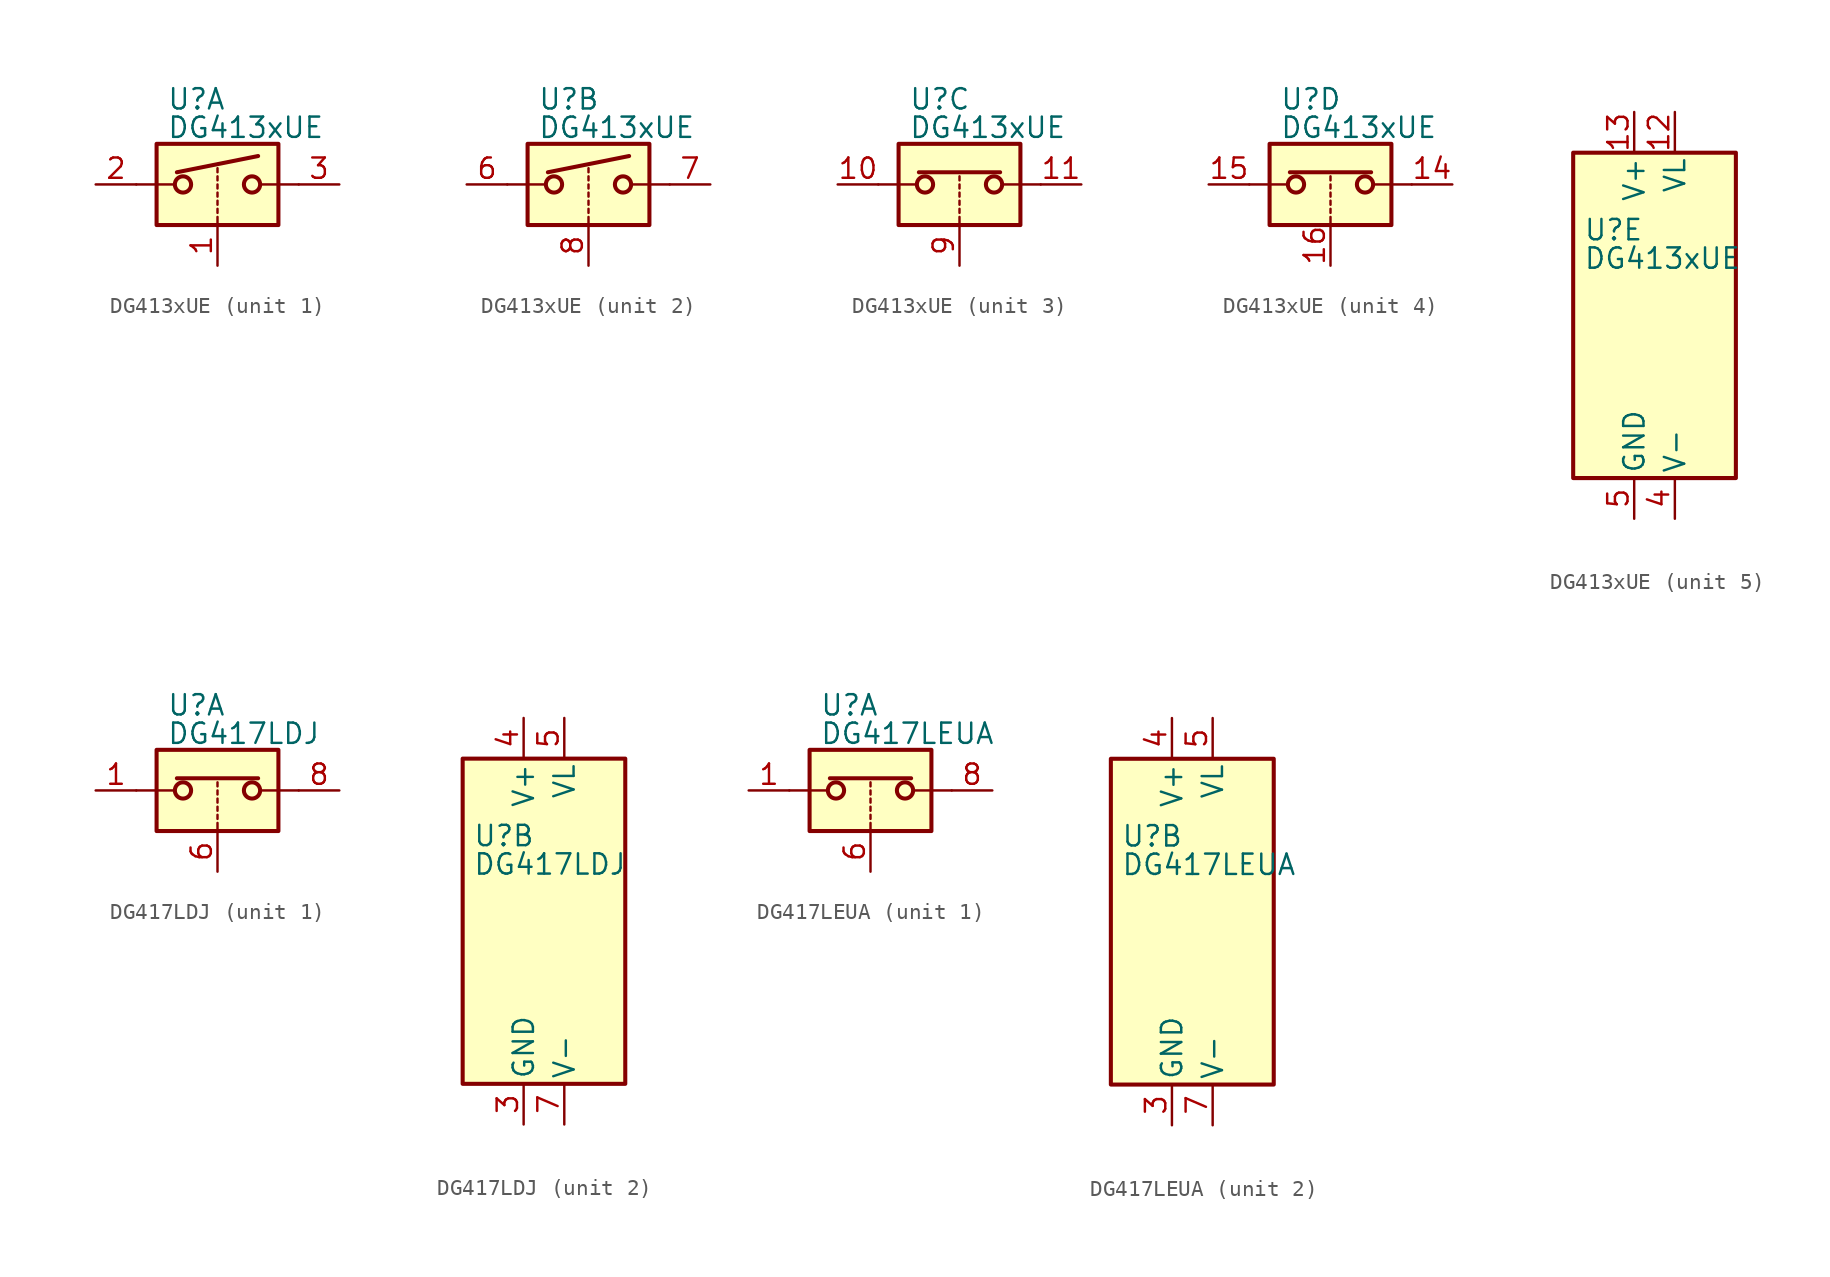
<source format=kicad_sym>
(kicad_symbol_lib
  (version 20211014)
  (generator kicad_symbol_editor)
  (symbol "DG413xUE"
    (pin_names
      (offset 0.254))
    (property "Reference" "U"
      (at -3.175 5.334 0)
      (effects (font (size 1.27 1.27)) (justify left)))
    (property "Value" "DG413xUE"
      (at -3.175 3.556 0)
      (effects (font (size 1.27 1.27)) (justify left)))
    (symbol "DG413xUE_1_1"
      (rectangle (start -3.81 2.54) (end 3.81 -2.54) (stroke (width 0.254) (type default) (color 0 0 0 0)) (fill (type background)))
      (circle (center -2.159 0) (radius 0.508) (stroke (width 0.254) (type default) (color 0 0 0 0)) (fill (type none)))
      (polyline (pts (xy -5.08 0) (xy -2.794 0)) (stroke (width 0) (type default) (color 0 0 0 0)) (fill (type none)))
      (polyline (pts (xy -2.54 0.762) (xy 2.54 1.778)) (stroke (width 0.254) (type default) (color 0 0 0 0)) (fill (type none)))
      (polyline (pts (xy 0 -2.54) (xy 0 -2.032)) (stroke (width 0) (type default) (color 0 0 0 0)) (fill (type none)))
      (polyline (pts (xy 0 -1.778) (xy 0 -1.524)) (stroke (width 0) (type default) (color 0 0 0 0)) (fill (type none)))
      (polyline (pts (xy 0 -1.27) (xy 0 -1.016)) (stroke (width 0) (type default) (color 0 0 0 0)) (fill (type none)))
      (polyline (pts (xy 0 -0.762) (xy 0 -0.508)) (stroke (width 0) (type default) (color 0 0 0 0)) (fill (type none)))
      (polyline (pts (xy 0 -0.254) (xy 0 0)) (stroke (width 0) (type default) (color 0 0 0 0)) (fill (type none)))
      (polyline (pts (xy 0 0.254) (xy 0 0.508)) (stroke (width 0) (type default) (color 0 0 0 0)) (fill (type none)))
      (polyline (pts (xy 0 0.762) (xy 0 1.016)) (stroke (width 0) (type default) (color 0 0 0 0)) (fill (type none)))
      (polyline (pts (xy 5.08 0) (xy 2.794 0)) (stroke (width 0) (type default) (color 0 0 0 0)) (fill (type none)))
      (circle (center 2.159 0) (radius 0.508) (stroke (width 0.254) (type default) (color 0 0 0 0)) (fill (type none)))
      (pin input line (at 0 -5.08 90) (length 2.54) (name "~" (effects (font (size 1.27 1.27)))) (number "1" (effects (font (size 1.27 1.27)))))
      (pin passive line (at -7.62 0 0) (length 2.54) (name "~" (effects (font (size 1.27 1.27)))) (number "2" (effects (font (size 1.27 1.27)))))
      (pin passive line (at 7.62 0 180) (length 2.54) (name "~" (effects (font (size 1.27 1.27)))) (number "3" (effects (font (size 1.27 1.27))))))
    (symbol "DG413xUE_2_1"
      (rectangle (start -3.81 2.54) (end 3.81 -2.54) (stroke (width 0.254) (type default) (color 0 0 0 0)) (fill (type background)))
      (circle (center -2.159 0) (radius 0.508) (stroke (width 0.254) (type default) (color 0 0 0 0)) (fill (type none)))
      (polyline (pts (xy -5.08 0) (xy -2.794 0)) (stroke (width 0) (type default) (color 0 0 0 0)) (fill (type none)))
      (polyline (pts (xy -2.54 0.762) (xy 2.54 1.778)) (stroke (width 0.254) (type default) (color 0 0 0 0)) (fill (type none)))
      (polyline (pts (xy 0 -2.54) (xy 0 -2.032)) (stroke (width 0) (type default) (color 0 0 0 0)) (fill (type none)))
      (polyline (pts (xy 0 -1.778) (xy 0 -1.524)) (stroke (width 0) (type default) (color 0 0 0 0)) (fill (type none)))
      (polyline (pts (xy 0 -1.27) (xy 0 -1.016)) (stroke (width 0) (type default) (color 0 0 0 0)) (fill (type none)))
      (polyline (pts (xy 0 -0.762) (xy 0 -0.508)) (stroke (width 0) (type default) (color 0 0 0 0)) (fill (type none)))
      (polyline (pts (xy 0 -0.254) (xy 0 0)) (stroke (width 0) (type default) (color 0 0 0 0)) (fill (type none)))
      (polyline (pts (xy 0 0.254) (xy 0 0.508)) (stroke (width 0) (type default) (color 0 0 0 0)) (fill (type none)))
      (polyline (pts (xy 0 0.762) (xy 0 1.016)) (stroke (width 0) (type default) (color 0 0 0 0)) (fill (type none)))
      (polyline (pts (xy 5.08 0) (xy 2.794 0)) (stroke (width 0) (type default) (color 0 0 0 0)) (fill (type none)))
      (circle (center 2.159 0) (radius 0.508) (stroke (width 0.254) (type default) (color 0 0 0 0)) (fill (type none)))
      (pin passive line (at -7.62 0 0) (length 2.54) (name "~" (effects (font (size 1.27 1.27)))) (number "6" (effects (font (size 1.27 1.27)))))
      (pin passive line (at 7.62 0 180) (length 2.54) (name "~" (effects (font (size 1.27 1.27)))) (number "7" (effects (font (size 1.27 1.27)))))
      (pin input line (at 0 -5.08 90) (length 2.54) (name "~" (effects (font (size 1.27 1.27)))) (number "8" (effects (font (size 1.27 1.27))))))
    (symbol "DG413xUE_3_1"
      (rectangle (start -3.81 2.54) (end 3.81 -2.54) (stroke (width 0.254) (type default) (color 0 0 0 0)) (fill (type background)))
      (circle (center -2.159 0) (radius 0.508) (stroke (width 0.254) (type default) (color 0 0 0 0)) (fill (type none)))
      (polyline (pts (xy -5.08 0) (xy -2.794 0)) (stroke (width 0) (type default) (color 0 0 0 0)) (fill (type none)))
      (polyline (pts (xy -2.54 0.762) (xy 2.54 0.762)) (stroke (width 0.254) (type default) (color 0 0 0 0)) (fill (type none)))
      (polyline (pts (xy 0 -2.54) (xy 0 -2.032)) (stroke (width 0) (type default) (color 0 0 0 0)) (fill (type none)))
      (polyline (pts (xy 0 -1.778) (xy 0 -1.524)) (stroke (width 0) (type default) (color 0 0 0 0)) (fill (type none)))
      (polyline (pts (xy 0 -1.27) (xy 0 -1.016)) (stroke (width 0) (type default) (color 0 0 0 0)) (fill (type none)))
      (polyline (pts (xy 0 -0.762) (xy 0 -0.508)) (stroke (width 0) (type default) (color 0 0 0 0)) (fill (type none)))
      (polyline (pts (xy 0 -0.254) (xy 0 0)) (stroke (width 0) (type default) (color 0 0 0 0)) (fill (type none)))
      (polyline (pts (xy 0 0.254) (xy 0 0.508)) (stroke (width 0) (type default) (color 0 0 0 0)) (fill (type none)))
      (polyline (pts (xy 5.08 0) (xy 2.794 0)) (stroke (width 0) (type default) (color 0 0 0 0)) (fill (type none)))
      (circle (center 2.159 0) (radius 0.508) (stroke (width 0.254) (type default) (color 0 0 0 0)) (fill (type none)))
      (pin passive line (at -7.62 0 0) (length 2.54) (name "~" (effects (font (size 1.27 1.27)))) (number "10" (effects (font (size 1.27 1.27)))))
      (pin passive line (at 7.62 0 180) (length 2.54) (name "~" (effects (font (size 1.27 1.27)))) (number "11" (effects (font (size 1.27 1.27)))))
      (pin input line (at 0 -5.08 90) (length 2.54) (name "~" (effects (font (size 1.27 1.27)))) (number "9" (effects (font (size 1.27 1.27))))))
    (symbol "DG413xUE_4_1"
      (rectangle (start -3.81 2.54) (end 3.81 -2.54) (stroke (width 0.254) (type default) (color 0 0 0 0)) (fill (type background)))
      (circle (center -2.159 0) (radius 0.508) (stroke (width 0.254) (type default) (color 0 0 0 0)) (fill (type none)))
      (polyline (pts (xy -5.08 0) (xy -2.794 0)) (stroke (width 0) (type default) (color 0 0 0 0)) (fill (type none)))
      (polyline (pts (xy -2.54 0.762) (xy 2.54 0.762)) (stroke (width 0.254) (type default) (color 0 0 0 0)) (fill (type none)))
      (polyline (pts (xy 0 -2.54) (xy 0 -2.032)) (stroke (width 0) (type default) (color 0 0 0 0)) (fill (type none)))
      (polyline (pts (xy 0 -1.778) (xy 0 -1.524)) (stroke (width 0) (type default) (color 0 0 0 0)) (fill (type none)))
      (polyline (pts (xy 0 -1.27) (xy 0 -1.016)) (stroke (width 0) (type default) (color 0 0 0 0)) (fill (type none)))
      (polyline (pts (xy 0 -0.762) (xy 0 -0.508)) (stroke (width 0) (type default) (color 0 0 0 0)) (fill (type none)))
      (polyline (pts (xy 0 -0.254) (xy 0 0)) (stroke (width 0) (type default) (color 0 0 0 0)) (fill (type none)))
      (polyline (pts (xy 0 0.254) (xy 0 0.508)) (stroke (width 0) (type default) (color 0 0 0 0)) (fill (type none)))
      (polyline (pts (xy 5.08 0) (xy 2.794 0)) (stroke (width 0) (type default) (color 0 0 0 0)) (fill (type none)))
      (circle (center 2.159 0) (radius 0.508) (stroke (width 0.254) (type default) (color 0 0 0 0)) (fill (type none)))
      (pin passive line (at 7.62 0 180) (length 2.54) (name "~" (effects (font (size 1.27 1.27)))) (number "14" (effects (font (size 1.27 1.27)))))
      (pin passive line (at -7.62 0 0) (length 2.54) (name "~" (effects (font (size 1.27 1.27)))) (number "15" (effects (font (size 1.27 1.27)))))
      (pin input line (at 0 -5.08 90) (length 2.54) (name "~" (effects (font (size 1.27 1.27)))) (number "16" (effects (font (size 1.27 1.27))))))
    (symbol "DG413xUE_5_0"
      (pin power_in line (at 2.54 12.7 270) (length 2.54) (name "VL" (effects (font (size 1.27 1.27)))) (number "12" (effects (font (size 1.27 1.27)))))
      (pin power_in line (at 0 12.7 270) (length 2.54) (name "V+" (effects (font (size 1.27 1.27)))) (number "13" (effects (font (size 1.27 1.27)))))
      (pin power_in line (at 2.54 -12.7 90) (length 2.54) (name "V-" (effects (font (size 1.27 1.27)))) (number "4" (effects (font (size 1.27 1.27)))))
      (pin power_in line (at 0 -12.7 90) (length 2.54) (name "GND" (effects (font (size 1.27 1.27)))) (number "5" (effects (font (size 1.27 1.27))))))
    (symbol "DG413xUE_5_1"
      (rectangle (start -3.81 10.16) (end 6.35 -10.16) (stroke (width 0.254) (type default) (color 0 0 0 0)) (fill (type background)))))
  (symbol "DG417LDJ"
    (pin_names
      (offset 0.254))
    (property "Reference" "U"
      (at -3.175 5.334 0)
      (effects (font (size 1.27 1.27)) (justify left)))
    (property "Value" "DG417LDJ"
      (at -3.175 3.556 0)
      (effects (font (size 1.27 1.27)) (justify left)))
    (symbol "DG417LDJ_1_1"
      (rectangle (start -3.81 2.54) (end 3.81 -2.54) (stroke (width 0.254) (type default) (color 0 0 0 0)) (fill (type background)))
      (circle (center -2.159 0) (radius 0.508) (stroke (width 0.254) (type default) (color 0 0 0 0)) (fill (type none)))
      (polyline (pts (xy -5.08 0) (xy -2.794 0)) (stroke (width 0) (type default) (color 0 0 0 0)) (fill (type none)))
      (polyline (pts (xy -2.54 0.762) (xy 2.54 0.762)) (stroke (width 0.254) (type default) (color 0 0 0 0)) (fill (type none)))
      (polyline (pts (xy 0 -2.54) (xy 0 -2.032)) (stroke (width 0) (type default) (color 0 0 0 0)) (fill (type none)))
      (polyline (pts (xy 0 -1.778) (xy 0 -1.524)) (stroke (width 0) (type default) (color 0 0 0 0)) (fill (type none)))
      (polyline (pts (xy 0 -1.27) (xy 0 -1.016)) (stroke (width 0) (type default) (color 0 0 0 0)) (fill (type none)))
      (polyline (pts (xy 0 -0.762) (xy 0 -0.508)) (stroke (width 0) (type default) (color 0 0 0 0)) (fill (type none)))
      (polyline (pts (xy 0 -0.254) (xy 0 0)) (stroke (width 0) (type default) (color 0 0 0 0)) (fill (type none)))
      (polyline (pts (xy 0 0.254) (xy 0 0.508)) (stroke (width 0) (type default) (color 0 0 0 0)) (fill (type none)))
      (polyline (pts (xy 5.08 0) (xy 2.794 0)) (stroke (width 0) (type default) (color 0 0 0 0)) (fill (type none)))
      (circle (center 2.159 0) (radius 0.508) (stroke (width 0.254) (type default) (color 0 0 0 0)) (fill (type none)))
      (pin passive line (at -7.62 0 0) (length 2.54) (name "~" (effects (font (size 1.27 1.27)))) (number "1" (effects (font (size 1.27 1.27)))))
      (pin input line (at 0 -5.08 90) (length 2.54) (name "~" (effects (font (size 1.27 1.27)))) (number "6" (effects (font (size 1.27 1.27)))))
      (pin passive line (at 7.62 0 180) (length 2.54) (name "~" (effects (font (size 1.27 1.27)))) (number "8" (effects (font (size 1.27 1.27))))))
    (symbol "DG417LDJ_2_0"
      (pin no_connect line (at -2.54 10.16 270) (length 2.54) hide (name "NC" (effects (font (size 1.27 1.27)))) (number "2" (effects (font (size 1.27 1.27)))))
      (pin power_in line (at 0 -12.7 90) (length 2.54) (name "GND" (effects (font (size 1.27 1.27)))) (number "3" (effects (font (size 1.27 1.27)))))
      (pin power_in line (at 0 12.7 270) (length 2.54) (name "V+" (effects (font (size 1.27 1.27)))) (number "4" (effects (font (size 1.27 1.27)))))
      (pin power_in line (at 2.54 12.7 270) (length 2.54) (name "VL" (effects (font (size 1.27 1.27)))) (number "5" (effects (font (size 1.27 1.27)))))
      (pin power_in line (at 2.54 -12.7 90) (length 2.54) (name "V-" (effects (font (size 1.27 1.27)))) (number "7" (effects (font (size 1.27 1.27))))))
    (symbol "DG417LDJ_2_1"
      (rectangle (start -3.81 10.16) (end 6.35 -10.16) (stroke (width 0.254) (type default) (color 0 0 0 0)) (fill (type background)))))
  (symbol "DG417LEUA"
    (pin_names
      (offset 0.254))
    (property "Reference" "U"
      (at -3.175 5.334 0)
      (effects (font (size 1.27 1.27)) (justify left)))
    (property "Value" "DG417LEUA"
      (at -3.175 3.556 0)
      (effects (font (size 1.27 1.27)) (justify left)))
    (symbol "DG417LEUA_1_1"
      (rectangle (start -3.81 2.54) (end 3.81 -2.54) (stroke (width 0.254) (type default) (color 0 0 0 0)) (fill (type background)))
      (circle (center -2.159 0) (radius 0.508) (stroke (width 0.254) (type default) (color 0 0 0 0)) (fill (type none)))
      (polyline (pts (xy -5.08 0) (xy -2.794 0)) (stroke (width 0) (type default) (color 0 0 0 0)) (fill (type none)))
      (polyline (pts (xy -2.54 0.762) (xy 2.54 0.762)) (stroke (width 0.254) (type default) (color 0 0 0 0)) (fill (type none)))
      (polyline (pts (xy 0 -2.54) (xy 0 -2.032)) (stroke (width 0) (type default) (color 0 0 0 0)) (fill (type none)))
      (polyline (pts (xy 0 -1.778) (xy 0 -1.524)) (stroke (width 0) (type default) (color 0 0 0 0)) (fill (type none)))
      (polyline (pts (xy 0 -1.27) (xy 0 -1.016)) (stroke (width 0) (type default) (color 0 0 0 0)) (fill (type none)))
      (polyline (pts (xy 0 -0.762) (xy 0 -0.508)) (stroke (width 0) (type default) (color 0 0 0 0)) (fill (type none)))
      (polyline (pts (xy 0 -0.254) (xy 0 0)) (stroke (width 0) (type default) (color 0 0 0 0)) (fill (type none)))
      (polyline (pts (xy 0 0.254) (xy 0 0.508)) (stroke (width 0) (type default) (color 0 0 0 0)) (fill (type none)))
      (polyline (pts (xy 5.08 0) (xy 2.794 0)) (stroke (width 0) (type default) (color 0 0 0 0)) (fill (type none)))
      (circle (center 2.159 0) (radius 0.508) (stroke (width 0.254) (type default) (color 0 0 0 0)) (fill (type none)))
      (pin passive line (at -7.62 0 0) (length 2.54) (name "~" (effects (font (size 1.27 1.27)))) (number "1" (effects (font (size 1.27 1.27)))))
      (pin input line (at 0 -5.08 90) (length 2.54) (name "~" (effects (font (size 1.27 1.27)))) (number "6" (effects (font (size 1.27 1.27)))))
      (pin passive line (at 7.62 0 180) (length 2.54) (name "~" (effects (font (size 1.27 1.27)))) (number "8" (effects (font (size 1.27 1.27))))))
    (symbol "DG417LEUA_2_0"
      (pin no_connect line (at -2.54 10.16 270) (length 2.54) hide (name "NC" (effects (font (size 1.27 1.27)))) (number "2" (effects (font (size 1.27 1.27)))))
      (pin power_in line (at 0 -12.7 90) (length 2.54) (name "GND" (effects (font (size 1.27 1.27)))) (number "3" (effects (font (size 1.27 1.27)))))
      (pin power_in line (at 0 12.7 270) (length 2.54) (name "V+" (effects (font (size 1.27 1.27)))) (number "4" (effects (font (size 1.27 1.27)))))
      (pin power_in line (at 2.54 12.7 270) (length 2.54) (name "VL" (effects (font (size 1.27 1.27)))) (number "5" (effects (font (size 1.27 1.27)))))
      (pin power_in line (at 2.54 -12.7 90) (length 2.54) (name "V-" (effects (font (size 1.27 1.27)))) (number "7" (effects (font (size 1.27 1.27))))))
    (symbol "DG417LEUA_2_1"
      (rectangle (start -3.81 10.16) (end 6.35 -10.16) (stroke (width 0.254) (type default) (color 0 0 0 0)) (fill (type background))))))
</source>
